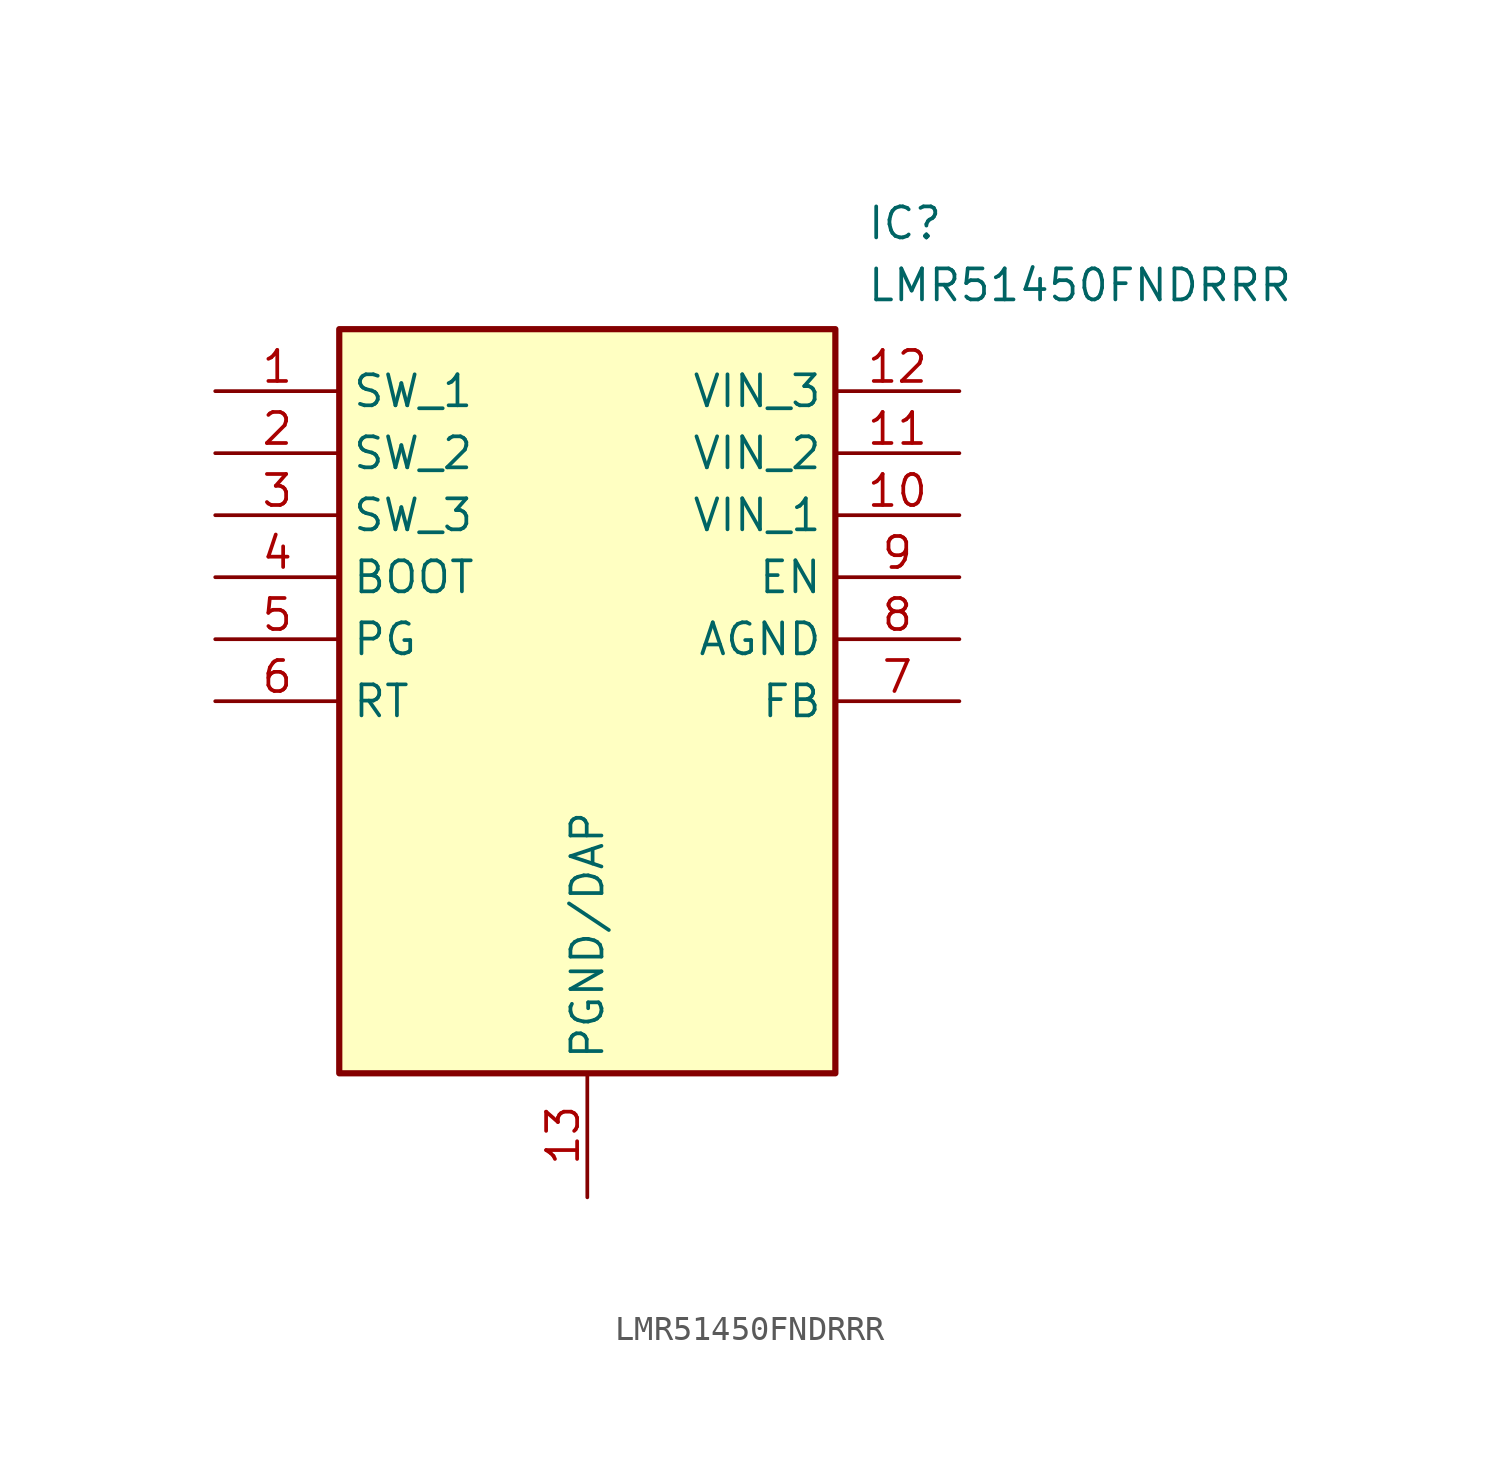
<source format=kicad_sym>
(kicad_symbol_lib
  (version 20211014)
  (generator SamacSys_ECAD_Model)
  (symbol "LMR51450FNDRRR"
    (property "Reference" "IC"
      (at 26.67 7.62 0)
      (effects (font (size 1.27 1.27)) (justify left top)))
    (property "Value" "LMR51450FNDRRR"
      (at 26.67 5.08 0)
      (effects (font (size 1.27 1.27)) (justify left top)))
    (rectangle
      (start 5.08 2.54)
      (end 25.4 -27.94)
      (stroke (width 0.254) (type default))
      (fill (type background)))
    (pin passive line
      (at 0 0 0)
      (length 5.08)
      (name "SW_1" (effects (font (size 1.27 1.27))))
      (number "1" (effects (font (size 1.27 1.27)))))
    (pin passive line
      (at 0 -2.54 0)
      (length 5.08)
      (name "SW_2" (effects (font (size 1.27 1.27))))
      (number "2" (effects (font (size 1.27 1.27)))))
    (pin passive line
      (at 0 -5.08 0)
      (length 5.08)
      (name "SW_3" (effects (font (size 1.27 1.27))))
      (number "3" (effects (font (size 1.27 1.27)))))
    (pin passive line
      (at 0 -7.62 0)
      (length 5.08)
      (name "BOOT" (effects (font (size 1.27 1.27))))
      (number "4" (effects (font (size 1.27 1.27)))))
    (pin passive line
      (at 0 -10.16 0)
      (length 5.08)
      (name "PG" (effects (font (size 1.27 1.27))))
      (number "5" (effects (font (size 1.27 1.27)))))
    (pin passive line
      (at 0 -12.7 0)
      (length 5.08)
      (name "RT" (effects (font (size 1.27 1.27))))
      (number "6" (effects (font (size 1.27 1.27)))))
    (pin passive line
      (at 15.24 -33.02 90)
      (length 5.08)
      (name "PGND/DAP" (effects (font (size 1.27 1.27))))
      (number "13" (effects (font (size 1.27 1.27)))))
    (pin passive line
      (at 30.48 0 180)
      (length 5.08)
      (name "VIN_3" (effects (font (size 1.27 1.27))))
      (number "12" (effects (font (size 1.27 1.27)))))
    (pin passive line
      (at 30.48 -2.54 180)
      (length 5.08)
      (name "VIN_2" (effects (font (size 1.27 1.27))))
      (number "11" (effects (font (size 1.27 1.27)))))
    (pin passive line
      (at 30.48 -5.08 180)
      (length 5.08)
      (name "VIN_1" (effects (font (size 1.27 1.27))))
      (number "10" (effects (font (size 1.27 1.27)))))
    (pin passive line
      (at 30.48 -7.62 180)
      (length 5.08)
      (name "EN" (effects (font (size 1.27 1.27))))
      (number "9" (effects (font (size 1.27 1.27)))))
    (pin passive line
      (at 30.48 -10.16 180)
      (length 5.08)
      (name "AGND" (effects (font (size 1.27 1.27))))
      (number "8" (effects (font (size 1.27 1.27)))))
    (pin passive line
      (at 30.48 -12.7 180)
      (length 5.08)
      (name "FB" (effects (font (size 1.27 1.27))))
      (number "7" (effects (font (size 1.27 1.27)))))))
</source>
